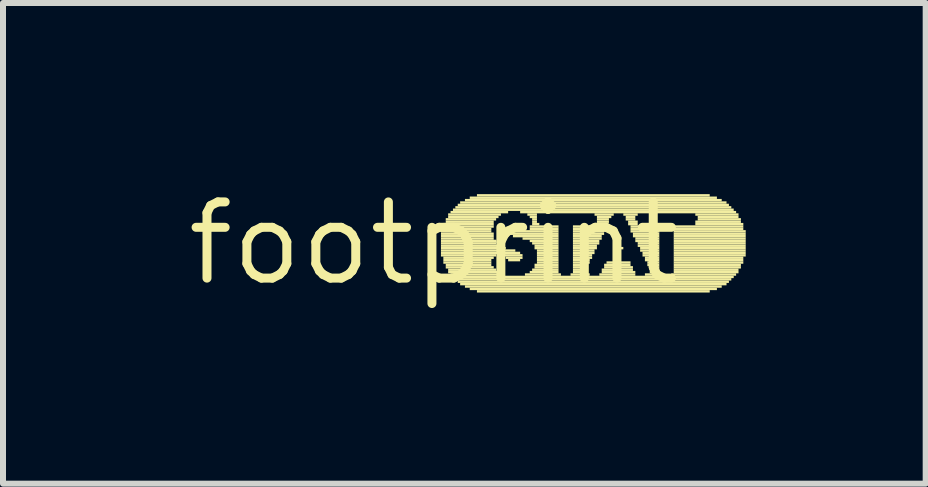
<source format=kicad_pcb>
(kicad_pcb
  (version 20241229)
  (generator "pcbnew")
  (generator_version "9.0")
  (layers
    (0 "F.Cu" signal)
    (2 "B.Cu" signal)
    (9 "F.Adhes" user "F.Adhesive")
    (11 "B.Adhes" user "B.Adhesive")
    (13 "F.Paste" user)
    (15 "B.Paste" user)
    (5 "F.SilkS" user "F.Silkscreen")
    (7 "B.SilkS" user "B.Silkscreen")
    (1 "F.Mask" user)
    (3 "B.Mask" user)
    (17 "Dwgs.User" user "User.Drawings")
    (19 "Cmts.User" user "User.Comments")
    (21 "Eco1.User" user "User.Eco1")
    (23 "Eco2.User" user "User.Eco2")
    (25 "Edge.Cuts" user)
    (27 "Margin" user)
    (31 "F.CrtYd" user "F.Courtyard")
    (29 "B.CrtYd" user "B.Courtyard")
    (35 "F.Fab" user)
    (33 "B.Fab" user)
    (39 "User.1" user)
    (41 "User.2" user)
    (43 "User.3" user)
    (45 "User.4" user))
  (footprint "footprint"
    (layer "F.Cu")
    (at 4.18 1.006)
    (property "Reference" "footprint" (at 0 0 0) (layer "F.SilkS") (effects (font (size 1.27 1.27) (thickness 0.15))))
    (fp_poly (pts (xy 0.12 -0.18) (xy 0.96 -0.18) (xy 0.96 -0.22) (xy 0.12 -0.22)) (stroke (width 0) (type solid)) (fill yes) (layer "F.SilkS"))
    (fp_poly (pts (xy 0.12 -0.14) (xy 1 -0.14) (xy 1 -0.18) (xy 0.12 -0.18)) (stroke (width 0) (type solid)) (fill yes) (layer "F.SilkS"))
    (fp_poly (pts (xy 0.12 -0.1) (xy 1 -0.1) (xy 1 -0.14) (xy 0.12 -0.14)) (stroke (width 0) (type solid)) (fill yes) (layer "F.SilkS"))
    (fp_poly (pts (xy 0.12 -0.06) (xy 1 -0.06) (xy 1 -0.1) (xy 0.12 -0.1)) (stroke (width 0) (type solid)) (fill yes) (layer "F.SilkS"))
    (fp_poly (pts (xy 0.12 -0.02) (xy 1.04 -0.02) (xy 1.04 -0.06) (xy 0.12 -0.06)) (stroke (width 0) (type solid)) (fill yes) (layer "F.SilkS"))
    (fp_poly (pts (xy 0.12 0.02) (xy 1.04 0.02) (xy 1.04 -0.02) (xy 0.12 -0.02)) (stroke (width 0) (type solid)) (fill yes) (layer "F.SilkS"))
    (fp_poly (pts (xy 0.12 0.06) (xy 1.12 0.06) (xy 1.12 0.02) (xy 0.12 0.02)) (stroke (width 0) (type solid)) (fill yes) (layer "F.SilkS"))
    (fp_poly (pts (xy 0.12 0.1) (xy 1.2 0.1) (xy 1.2 0.06) (xy 0.12 0.06)) (stroke (width 0) (type solid)) (fill yes) (layer "F.SilkS"))
    (fp_poly (pts (xy 0.12 0.14) (xy 1.36 0.14) (xy 1.36 0.1) (xy 0.12 0.1)) (stroke (width 0) (type solid)) (fill yes) (layer "F.SilkS"))
    (fp_poly (pts (xy 0.12 0.18) (xy 1.44 0.18) (xy 1.44 0.14) (xy 0.12 0.14)) (stroke (width 0) (type solid)) (fill yes) (layer "F.SilkS"))
    (fp_poly (pts (xy 0.12 0.22) (xy 1.04 0.22) (xy 1.04 0.18) (xy 0.12 0.18)) (stroke (width 0) (type solid)) (fill yes) (layer "F.SilkS"))
    (fp_poly (pts (xy 0.16 -0.3) (xy 1 -0.3) (xy 1 -0.34) (xy 0.16 -0.34)) (stroke (width 0) (type solid)) (fill yes) (layer "F.SilkS"))
    (fp_poly (pts (xy 0.16 -0.26) (xy 1 -0.26) (xy 1 -0.3) (xy 0.16 -0.3)) (stroke (width 0) (type solid)) (fill yes) (layer "F.SilkS"))
    (fp_poly (pts (xy 0.16 -0.22) (xy 0.96 -0.22) (xy 0.96 -0.26) (xy 0.16 -0.26)) (stroke (width 0) (type solid)) (fill yes) (layer "F.SilkS"))
    (fp_poly (pts (xy 0.16 0.26) (xy 1 0.26) (xy 1 0.22) (xy 0.16 0.22)) (stroke (width 0) (type solid)) (fill yes) (layer "F.SilkS"))
    (fp_poly (pts (xy 0.16 0.3) (xy 0.96 0.3) (xy 0.96 0.26) (xy 0.16 0.26)) (stroke (width 0) (type solid)) (fill yes) (layer "F.SilkS"))
    (fp_poly (pts (xy 0.16 0.34) (xy 0.96 0.34) (xy 0.96 0.3) (xy 0.16 0.3)) (stroke (width 0) (type solid)) (fill yes) (layer "F.SilkS"))
    (fp_poly (pts (xy 0.2 -0.38) (xy 1.04 -0.38) (xy 1.04 -0.42) (xy 0.2 -0.42)) (stroke (width 0) (type solid)) (fill yes) (layer "F.SilkS"))
    (fp_poly (pts (xy 0.2 -0.34) (xy 1 -0.34) (xy 1 -0.38) (xy 0.2 -0.38)) (stroke (width 0) (type solid)) (fill yes) (layer "F.SilkS"))
    (fp_poly (pts (xy 0.2 0.38) (xy 0.96 0.38) (xy 0.96 0.34) (xy 0.2 0.34)) (stroke (width 0) (type solid)) (fill yes) (layer "F.SilkS"))
    (fp_poly (pts (xy 0.2 0.42) (xy 1 0.42) (xy 1 0.38) (xy 0.2 0.38)) (stroke (width 0) (type solid)) (fill yes) (layer "F.SilkS"))
    (fp_poly (pts (xy 0.24 -0.46) (xy 1.12 -0.46) (xy 1.12 -0.5) (xy 0.24 -0.5)) (stroke (width 0) (type solid)) (fill yes) (layer "F.SilkS"))
    (fp_poly (pts (xy 0.24 -0.42) (xy 1.08 -0.42) (xy 1.08 -0.46) (xy 0.24 -0.46)) (stroke (width 0) (type solid)) (fill yes) (layer "F.SilkS"))
    (fp_poly (pts (xy 0.24 0.46) (xy 1.04 0.46) (xy 1.04 0.42) (xy 0.24 0.42)) (stroke (width 0) (type solid)) (fill yes) (layer "F.SilkS"))
    (fp_poly (pts (xy 0.24 0.5) (xy 1.08 0.5) (xy 1.08 0.46) (xy 0.24 0.46)) (stroke (width 0) (type solid)) (fill yes) (layer "F.SilkS"))
    (fp_poly (pts (xy 0.28 -0.5) (xy 1.24 -0.5) (xy 1.24 -0.54) (xy 0.28 -0.54)) (stroke (width 0) (type solid)) (fill yes) (layer "F.SilkS"))
    (fp_poly (pts (xy 0.28 0.54) (xy 1.16 0.54) (xy 1.16 0.5) (xy 0.28 0.5)) (stroke (width 0) (type solid)) (fill yes) (layer "F.SilkS"))
    (fp_poly (pts (xy 0.32 -0.54) (xy 5 -0.54) (xy 5 -0.58) (xy 0.32 -0.58)) (stroke (width 0) (type solid)) (fill yes) (layer "F.SilkS"))
    (fp_poly (pts (xy 0.32 0.58) (xy 5 0.58) (xy 5 0.54) (xy 0.32 0.54)) (stroke (width 0) (type solid)) (fill yes) (layer "F.SilkS"))
    (fp_poly (pts (xy 0.36 -0.58) (xy 4.96 -0.58) (xy 4.96 -0.62) (xy 0.36 -0.62)) (stroke (width 0) (type solid)) (fill yes) (layer "F.SilkS"))
    (fp_poly (pts (xy 0.36 0.62) (xy 4.96 0.62) (xy 4.96 0.58) (xy 0.36 0.58)) (stroke (width 0) (type solid)) (fill yes) (layer "F.SilkS"))
    (fp_poly (pts (xy 0.4 -0.62) (xy 4.92 -0.62) (xy 4.92 -0.66) (xy 0.4 -0.66)) (stroke (width 0) (type solid)) (fill yes) (layer "F.SilkS"))
    (fp_poly (pts (xy 0.4 0.66) (xy 4.92 0.66) (xy 4.92 0.62) (xy 0.4 0.62)) (stroke (width 0) (type solid)) (fill yes) (layer "F.SilkS"))
    (fp_poly (pts (xy 0.44 -0.66) (xy 4.88 -0.66) (xy 4.88 -0.7) (xy 0.44 -0.7)) (stroke (width 0) (type solid)) (fill yes) (layer "F.SilkS"))
    (fp_poly (pts (xy 0.44 0.7) (xy 4.88 0.7) (xy 4.88 0.66) (xy 0.44 0.66)) (stroke (width 0) (type solid)) (fill yes) (layer "F.SilkS"))
    (fp_poly (pts (xy 0.52 -0.7) (xy 4.8 -0.7) (xy 4.8 -0.74) (xy 0.52 -0.74)) (stroke (width 0) (type solid)) (fill yes) (layer "F.SilkS"))
    (fp_poly (pts (xy 0.52 0.74) (xy 4.8 0.74) (xy 4.8 0.7) (xy 0.52 0.7)) (stroke (width 0) (type solid)) (fill yes) (layer "F.SilkS"))
    (fp_poly (pts (xy 0.6 -0.74) (xy 4.72 -0.74) (xy 4.72 -0.78) (xy 0.6 -0.78)) (stroke (width 0) (type solid)) (fill yes) (layer "F.SilkS"))
    (fp_poly (pts (xy 0.6 0.78) (xy 4.72 0.78) (xy 4.72 0.74) (xy 0.6 0.74)) (stroke (width 0) (type solid)) (fill yes) (layer "F.SilkS"))
    (fp_poly (pts (xy 0.72 -0.78) (xy 4.6 -0.78) (xy 4.6 -0.82) (xy 0.72 -0.82)) (stroke (width 0) (type solid)) (fill yes) (layer "F.SilkS"))
    (fp_poly (pts (xy 0.72 0.82) (xy 4.6 0.82) (xy 4.6 0.78) (xy 0.72 0.78)) (stroke (width 0) (type solid)) (fill yes) (layer "F.SilkS"))
    (fp_poly (pts (xy 1.16 0.22) (xy 1.48 0.22) (xy 1.48 0.18) (xy 1.16 0.18)) (stroke (width 0) (type solid)) (fill yes) (layer "F.SilkS"))
    (fp_poly (pts (xy 1.2 0.26) (xy 1.48 0.26) (xy 1.48 0.22) (xy 1.2 0.22)) (stroke (width 0) (type solid)) (fill yes) (layer "F.SilkS"))
    (fp_poly (pts (xy 1.24 -0.22) (xy 1.48 -0.22) (xy 1.48 -0.26) (xy 1.24 -0.26)) (stroke (width 0) (type solid)) (fill yes) (layer "F.SilkS"))
    (fp_poly (pts (xy 1.24 -0.18) (xy 2.08 -0.18) (xy 2.08 -0.22) (xy 1.24 -0.22)) (stroke (width 0) (type solid)) (fill yes) (layer "F.SilkS"))
    (fp_poly (pts (xy 1.24 -0.14) (xy 2.08 -0.14) (xy 2.08 -0.18) (xy 1.24 -0.18)) (stroke (width 0) (type solid)) (fill yes) (layer "F.SilkS"))
    (fp_poly (pts (xy 1.24 0.3) (xy 1.44 0.3) (xy 1.44 0.26) (xy 1.24 0.26)) (stroke (width 0) (type solid)) (fill yes) (layer "F.SilkS"))
    (fp_poly (pts (xy 1.28 -0.26) (xy 1.4 -0.26) (xy 1.4 -0.3) (xy 1.28 -0.3)) (stroke (width 0) (type solid)) (fill yes) (layer "F.SilkS"))
    (fp_poly (pts (xy 1.32 -0.1) (xy 2.08 -0.1) (xy 2.08 -0.14) (xy 1.32 -0.14)) (stroke (width 0) (type solid)) (fill yes) (layer "F.SilkS"))
    (fp_poly (pts (xy 1.44 -0.5) (xy 5.04 -0.5) (xy 5.04 -0.54) (xy 1.44 -0.54)) (stroke (width 0) (type solid)) (fill yes) (layer "F.SilkS"))
    (fp_poly (pts (xy 1.48 -0.06) (xy 2.08 -0.06) (xy 2.08 -0.1) (xy 1.48 -0.1)) (stroke (width 0) (type solid)) (fill yes) (layer "F.SilkS"))
    (fp_poly (pts (xy 1.52 0.54) (xy 2.12 0.54) (xy 2.12 0.5) (xy 1.52 0.5)) (stroke (width 0) (type solid)) (fill yes) (layer "F.SilkS"))
    (fp_poly (pts (xy 1.56 -0.46) (xy 1.72 -0.46) (xy 1.72 -0.5) (xy 1.56 -0.5)) (stroke (width 0) (type solid)) (fill yes) (layer "F.SilkS"))
    (fp_poly (pts (xy 1.6 -0.42) (xy 1.72 -0.42) (xy 1.72 -0.46) (xy 1.6 -0.46)) (stroke (width 0) (type solid)) (fill yes) (layer "F.SilkS"))
    (fp_poly (pts (xy 1.6 -0.26) (xy 2.08 -0.26) (xy 2.08 -0.3) (xy 1.6 -0.3)) (stroke (width 0) (type solid)) (fill yes) (layer "F.SilkS"))
    (fp_poly (pts (xy 1.6 -0.22) (xy 2.08 -0.22) (xy 2.08 -0.26) (xy 1.6 -0.26)) (stroke (width 0) (type solid)) (fill yes) (layer "F.SilkS"))
    (fp_poly (pts (xy 1.6 -0.02) (xy 2.08 -0.02) (xy 2.08 -0.06) (xy 1.6 -0.06)) (stroke (width 0) (type solid)) (fill yes) (layer "F.SilkS"))
    (fp_poly (pts (xy 1.6 0.5) (xy 2.08 0.5) (xy 2.08 0.46) (xy 1.6 0.46)) (stroke (width 0) (type solid)) (fill yes) (layer "F.SilkS"))
    (fp_poly (pts (xy 1.64 -0.38) (xy 1.72 -0.38) (xy 1.72 -0.42) (xy 1.64 -0.42)) (stroke (width 0) (type solid)) (fill yes) (layer "F.SilkS"))
    (fp_poly (pts (xy 1.64 -0.34) (xy 1.72 -0.34) (xy 1.72 -0.38) (xy 1.64 -0.38)) (stroke (width 0) (type solid)) (fill yes) (layer "F.SilkS"))
    (fp_poly (pts (xy 1.64 -0.3) (xy 1.76 -0.3) (xy 1.76 -0.34) (xy 1.64 -0.34)) (stroke (width 0) (type solid)) (fill yes) (layer "F.SilkS"))
    (fp_poly (pts (xy 1.64 0.02) (xy 2.08 0.02) (xy 2.08 -0.02) (xy 1.64 -0.02)) (stroke (width 0) (type solid)) (fill yes) (layer "F.SilkS"))
    (fp_poly (pts (xy 1.64 0.46) (xy 2.08 0.46) (xy 2.08 0.42) (xy 1.64 0.42)) (stroke (width 0) (type solid)) (fill yes) (layer "F.SilkS"))
    (fp_poly (pts (xy 1.68 0.06) (xy 2.08 0.06) (xy 2.08 0.02) (xy 1.68 0.02)) (stroke (width 0) (type solid)) (fill yes) (layer "F.SilkS"))
    (fp_poly (pts (xy 1.68 0.1) (xy 2.08 0.1) (xy 2.08 0.06) (xy 1.68 0.06)) (stroke (width 0) (type solid)) (fill yes) (layer "F.SilkS"))
    (fp_poly (pts (xy 1.68 0.38) (xy 2.08 0.38) (xy 2.08 0.34) (xy 1.68 0.34)) (stroke (width 0) (type solid)) (fill yes) (layer "F.SilkS"))
    (fp_poly (pts (xy 1.68 0.42) (xy 2.08 0.42) (xy 2.08 0.38) (xy 1.68 0.38)) (stroke (width 0) (type solid)) (fill yes) (layer "F.SilkS"))
    (fp_poly (pts (xy 1.72 0.14) (xy 2.08 0.14) (xy 2.08 0.1) (xy 1.72 0.1)) (stroke (width 0) (type solid)) (fill yes) (layer "F.SilkS"))
    (fp_poly (pts (xy 1.72 0.18) (xy 2.08 0.18) (xy 2.08 0.14) (xy 1.72 0.14)) (stroke (width 0) (type solid)) (fill yes) (layer "F.SilkS"))
    (fp_poly (pts (xy 1.72 0.22) (xy 2.08 0.22) (xy 2.08 0.18) (xy 1.72 0.18)) (stroke (width 0) (type solid)) (fill yes) (layer "F.SilkS"))
    (fp_poly (pts (xy 1.72 0.26) (xy 2.08 0.26) (xy 2.08 0.22) (xy 1.72 0.22)) (stroke (width 0) (type solid)) (fill yes) (layer "F.SilkS"))
    (fp_poly (pts (xy 1.72 0.3) (xy 2.08 0.3) (xy 2.08 0.26) (xy 1.72 0.26)) (stroke (width 0) (type solid)) (fill yes) (layer "F.SilkS"))
    (fp_poly (pts (xy 1.72 0.34) (xy 2.08 0.34) (xy 2.08 0.3) (xy 1.72 0.3)) (stroke (width 0) (type solid)) (fill yes) (layer "F.SilkS"))
    (fp_poly (pts (xy 2.28 0.54) (xy 2.6 0.54) (xy 2.6 0.5) (xy 2.28 0.5)) (stroke (width 0) (type solid)) (fill yes) (layer "F.SilkS"))
    (fp_poly (pts (xy 2.32 -0.26) (xy 2.88 -0.26) (xy 2.88 -0.3) (xy 2.32 -0.3)) (stroke (width 0) (type solid)) (fill yes) (layer "F.SilkS"))
    (fp_poly (pts (xy 2.32 -0.22) (xy 2.88 -0.22) (xy 2.88 -0.26) (xy 2.32 -0.26)) (stroke (width 0) (type solid)) (fill yes) (layer "F.SilkS"))
    (fp_poly (pts (xy 2.32 -0.18) (xy 2.84 -0.18) (xy 2.84 -0.22) (xy 2.32 -0.22)) (stroke (width 0) (type solid)) (fill yes) (layer "F.SilkS"))
    (fp_poly (pts (xy 2.32 -0.14) (xy 2.84 -0.14) (xy 2.84 -0.18) (xy 2.32 -0.18)) (stroke (width 0) (type solid)) (fill yes) (layer "F.SilkS"))
    (fp_poly (pts (xy 2.32 -0.1) (xy 2.8 -0.1) (xy 2.8 -0.14) (xy 2.32 -0.14)) (stroke (width 0) (type solid)) (fill yes) (layer "F.SilkS"))
    (fp_poly (pts (xy 2.32 -0.06) (xy 2.8 -0.06) (xy 2.8 -0.1) (xy 2.32 -0.1)) (stroke (width 0) (type solid)) (fill yes) (layer "F.SilkS"))
    (fp_poly (pts (xy 2.32 -0.02) (xy 2.76 -0.02) (xy 2.76 -0.06) (xy 2.32 -0.06)) (stroke (width 0) (type solid)) (fill yes) (layer "F.SilkS"))
    (fp_poly (pts (xy 2.32 0.02) (xy 2.76 0.02) (xy 2.76 -0.02) (xy 2.32 -0.02)) (stroke (width 0) (type solid)) (fill yes) (layer "F.SilkS"))
    (fp_poly (pts (xy 2.32 0.06) (xy 2.72 0.06) (xy 2.72 0.02) (xy 2.32 0.02)) (stroke (width 0) (type solid)) (fill yes) (layer "F.SilkS"))
    (fp_poly (pts (xy 2.32 0.1) (xy 2.72 0.1) (xy 2.72 0.06) (xy 2.32 0.06)) (stroke (width 0) (type solid)) (fill yes) (layer "F.SilkS"))
    (fp_poly (pts (xy 2.32 0.14) (xy 2.68 0.14) (xy 2.68 0.1) (xy 2.32 0.1)) (stroke (width 0) (type solid)) (fill yes) (layer "F.SilkS"))
    (fp_poly (pts (xy 2.32 0.18) (xy 2.68 0.18) (xy 2.68 0.14) (xy 2.32 0.14)) (stroke (width 0) (type solid)) (fill yes) (layer "F.SilkS"))
    (fp_poly (pts (xy 2.32 0.22) (xy 2.64 0.22) (xy 2.64 0.18) (xy 2.32 0.18)) (stroke (width 0) (type solid)) (fill yes) (layer "F.SilkS"))
    (fp_poly (pts (xy 2.32 0.26) (xy 2.64 0.26) (xy 2.64 0.22) (xy 2.32 0.22)) (stroke (width 0) (type solid)) (fill yes) (layer "F.SilkS"))
    (fp_poly (pts (xy 2.32 0.3) (xy 2.6 0.3) (xy 2.6 0.26) (xy 2.32 0.26)) (stroke (width 0) (type solid)) (fill yes) (layer "F.SilkS"))
    (fp_poly (pts (xy 2.32 0.34) (xy 2.6 0.34) (xy 2.6 0.3) (xy 2.32 0.3)) (stroke (width 0) (type solid)) (fill yes) (layer "F.SilkS"))
    (fp_poly (pts (xy 2.32 0.38) (xy 2.56 0.38) (xy 2.56 0.34) (xy 2.32 0.34)) (stroke (width 0) (type solid)) (fill yes) (layer "F.SilkS"))
    (fp_poly (pts (xy 2.32 0.42) (xy 2.56 0.42) (xy 2.56 0.38) (xy 2.32 0.38)) (stroke (width 0) (type solid)) (fill yes) (layer "F.SilkS"))
    (fp_poly (pts (xy 2.32 0.46) (xy 2.56 0.46) (xy 2.56 0.42) (xy 2.32 0.42)) (stroke (width 0) (type solid)) (fill yes) (layer "F.SilkS"))
    (fp_poly (pts (xy 2.32 0.5) (xy 2.56 0.5) (xy 2.56 0.46) (xy 2.32 0.46)) (stroke (width 0) (type solid)) (fill yes) (layer "F.SilkS"))
    (fp_poly (pts (xy 2.68 -0.46) (xy 3 -0.46) (xy 3 -0.5) (xy 2.68 -0.5)) (stroke (width 0) (type solid)) (fill yes) (layer "F.SilkS"))
    (fp_poly (pts (xy 2.68 -0.3) (xy 2.88 -0.3) (xy 2.88 -0.34) (xy 2.68 -0.34)) (stroke (width 0) (type solid)) (fill yes) (layer "F.SilkS"))
    (fp_poly (pts (xy 2.72 -0.42) (xy 2.96 -0.42) (xy 2.96 -0.46) (xy 2.72 -0.46)) (stroke (width 0) (type solid)) (fill yes) (layer "F.SilkS"))
    (fp_poly (pts (xy 2.72 -0.38) (xy 2.92 -0.38) (xy 2.92 -0.42) (xy 2.72 -0.42)) (stroke (width 0) (type solid)) (fill yes) (layer "F.SilkS"))
    (fp_poly (pts (xy 2.72 -0.34) (xy 2.92 -0.34) (xy 2.92 -0.38) (xy 2.72 -0.38)) (stroke (width 0) (type solid)) (fill yes) (layer "F.SilkS"))
    (fp_poly (pts (xy 2.76 0.54) (xy 3.36 0.54) (xy 3.36 0.5) (xy 2.76 0.5)) (stroke (width 0) (type solid)) (fill yes) (layer "F.SilkS"))
    (fp_poly (pts (xy 2.8 0.46) (xy 3.32 0.46) (xy 3.32 0.42) (xy 2.8 0.42)) (stroke (width 0) (type solid)) (fill yes) (layer "F.SilkS"))
    (fp_poly (pts (xy 2.8 0.5) (xy 3.36 0.5) (xy 3.36 0.46) (xy 2.8 0.46)) (stroke (width 0) (type solid)) (fill yes) (layer "F.SilkS"))
    (fp_poly (pts (xy 2.84 0.38) (xy 3.28 0.38) (xy 3.28 0.34) (xy 2.84 0.34)) (stroke (width 0) (type solid)) (fill yes) (layer "F.SilkS"))
    (fp_poly (pts (xy 2.84 0.42) (xy 3.32 0.42) (xy 3.32 0.38) (xy 2.84 0.38)) (stroke (width 0) (type solid)) (fill yes) (layer "F.SilkS"))
    (fp_poly (pts (xy 2.88 0.34) (xy 3.28 0.34) (xy 3.28 0.3) (xy 2.88 0.3)) (stroke (width 0) (type solid)) (fill yes) (layer "F.SilkS"))
    (fp_poly (pts (xy 3 0.06) (xy 3.12 0.06) (xy 3.12 0.02) (xy 3 0.02)) (stroke (width 0) (type solid)) (fill yes) (layer "F.SilkS"))
    (fp_poly (pts (xy 3 0.1) (xy 3.16 0.1) (xy 3.16 0.06) (xy 3 0.06)) (stroke (width 0) (type solid)) (fill yes) (layer "F.SilkS"))
    (fp_poly (pts (xy 3.04 -0.02) (xy 3.12 -0.02) (xy 3.12 -0.06) (xy 3.04 -0.06)) (stroke (width 0) (type solid)) (fill yes) (layer "F.SilkS"))
    (fp_poly (pts (xy 3.04 0.02) (xy 3.12 0.02) (xy 3.12 -0.02) (xy 3.04 -0.02)) (stroke (width 0) (type solid)) (fill yes) (layer "F.SilkS"))
    (fp_poly (pts (xy 3.16 -0.46) (xy 3.4 -0.46) (xy 3.4 -0.5) (xy 3.16 -0.5)) (stroke (width 0) (type solid)) (fill yes) (layer "F.SilkS"))
    (fp_poly (pts (xy 3.2 -0.42) (xy 3.36 -0.42) (xy 3.36 -0.46) (xy 3.2 -0.46)) (stroke (width 0) (type solid)) (fill yes) (layer "F.SilkS"))
    (fp_poly (pts (xy 3.2 -0.38) (xy 3.36 -0.38) (xy 3.36 -0.42) (xy 3.2 -0.42)) (stroke (width 0) (type solid)) (fill yes) (layer "F.SilkS"))
    (fp_poly (pts (xy 3.24 -0.34) (xy 3.4 -0.34) (xy 3.4 -0.38) (xy 3.24 -0.38)) (stroke (width 0) (type solid)) (fill yes) (layer "F.SilkS"))
    (fp_poly (pts (xy 3.24 -0.3) (xy 3.4 -0.3) (xy 3.4 -0.34) (xy 3.24 -0.34)) (stroke (width 0) (type solid)) (fill yes) (layer "F.SilkS"))
    (fp_poly (pts (xy 3.28 -0.26) (xy 3.76 -0.26) (xy 3.76 -0.3) (xy 3.28 -0.3)) (stroke (width 0) (type solid)) (fill yes) (layer "F.SilkS"))
    (fp_poly (pts (xy 3.28 -0.22) (xy 3.76 -0.22) (xy 3.76 -0.26) (xy 3.28 -0.26)) (stroke (width 0) (type solid)) (fill yes) (layer "F.SilkS"))
    (fp_poly (pts (xy 3.28 -0.18) (xy 3.76 -0.18) (xy 3.76 -0.22) (xy 3.28 -0.22)) (stroke (width 0) (type solid)) (fill yes) (layer "F.SilkS"))
    (fp_poly (pts (xy 3.32 -0.14) (xy 3.76 -0.14) (xy 3.76 -0.18) (xy 3.32 -0.18)) (stroke (width 0) (type solid)) (fill yes) (layer "F.SilkS"))
    (fp_poly (pts (xy 3.32 -0.1) (xy 3.76 -0.1) (xy 3.76 -0.14) (xy 3.32 -0.14)) (stroke (width 0) (type solid)) (fill yes) (layer "F.SilkS"))
    (fp_poly (pts (xy 3.36 -0.06) (xy 3.76 -0.06) (xy 3.76 -0.1) (xy 3.36 -0.1)) (stroke (width 0) (type solid)) (fill yes) (layer "F.SilkS"))
    (fp_poly (pts (xy 3.36 -0.02) (xy 3.76 -0.02) (xy 3.76 -0.06) (xy 3.36 -0.06)) (stroke (width 0) (type solid)) (fill yes) (layer "F.SilkS"))
    (fp_poly (pts (xy 3.4 0.02) (xy 3.76 0.02) (xy 3.76 -0.02) (xy 3.4 -0.02)) (stroke (width 0) (type solid)) (fill yes) (layer "F.SilkS"))
    (fp_poly (pts (xy 3.4 0.06) (xy 3.76 0.06) (xy 3.76 0.02) (xy 3.4 0.02)) (stroke (width 0) (type solid)) (fill yes) (layer "F.SilkS"))
    (fp_poly (pts (xy 3.44 0.1) (xy 3.76 0.1) (xy 3.76 0.06) (xy 3.44 0.06)) (stroke (width 0) (type solid)) (fill yes) (layer "F.SilkS"))
    (fp_poly (pts (xy 3.44 0.14) (xy 3.76 0.14) (xy 3.76 0.1) (xy 3.44 0.1)) (stroke (width 0) (type solid)) (fill yes) (layer "F.SilkS"))
    (fp_poly (pts (xy 3.48 0.18) (xy 3.76 0.18) (xy 3.76 0.14) (xy 3.48 0.14)) (stroke (width 0) (type solid)) (fill yes) (layer "F.SilkS"))
    (fp_poly (pts (xy 3.48 0.22) (xy 3.76 0.22) (xy 3.76 0.18) (xy 3.48 0.18)) (stroke (width 0) (type solid)) (fill yes) (layer "F.SilkS"))
    (fp_poly (pts (xy 3.52 0.26) (xy 3.76 0.26) (xy 3.76 0.22) (xy 3.52 0.22)) (stroke (width 0) (type solid)) (fill yes) (layer "F.SilkS"))
    (fp_poly (pts (xy 3.52 0.3) (xy 3.76 0.3) (xy 3.76 0.26) (xy 3.52 0.26)) (stroke (width 0) (type solid)) (fill yes) (layer "F.SilkS"))
    (fp_poly (pts (xy 3.52 0.54) (xy 3.8 0.54) (xy 3.8 0.5) (xy 3.52 0.5)) (stroke (width 0) (type solid)) (fill yes) (layer "F.SilkS"))
    (fp_poly (pts (xy 3.56 0.34) (xy 3.76 0.34) (xy 3.76 0.3) (xy 3.56 0.3)) (stroke (width 0) (type solid)) (fill yes) (layer "F.SilkS"))
    (fp_poly (pts (xy 3.56 0.38) (xy 3.76 0.38) (xy 3.76 0.34) (xy 3.56 0.34)) (stroke (width 0) (type solid)) (fill yes) (layer "F.SilkS"))
    (fp_poly (pts (xy 3.6 0.42) (xy 3.76 0.42) (xy 3.76 0.38) (xy 3.6 0.38)) (stroke (width 0) (type solid)) (fill yes) (layer "F.SilkS"))
    (fp_poly (pts (xy 3.6 0.46) (xy 3.76 0.46) (xy 3.76 0.42) (xy 3.6 0.42)) (stroke (width 0) (type solid)) (fill yes) (layer "F.SilkS"))
    (fp_poly (pts (xy 3.6 0.5) (xy 3.76 0.5) (xy 3.76 0.46) (xy 3.6 0.46)) (stroke (width 0) (type solid)) (fill yes) (layer "F.SilkS"))
    (fp_poly (pts (xy 3.96 0.54) (xy 5.04 0.54) (xy 5.04 0.5) (xy 3.96 0.5)) (stroke (width 0) (type solid)) (fill yes) (layer "F.SilkS"))
    (fp_poly (pts (xy 4 -0.26) (xy 5.16 -0.26) (xy 5.16 -0.3) (xy 4 -0.3)) (stroke (width 0) (type solid)) (fill yes) (layer "F.SilkS"))
    (fp_poly (pts (xy 4 -0.22) (xy 5.16 -0.22) (xy 5.16 -0.26) (xy 4 -0.26)) (stroke (width 0) (type solid)) (fill yes) (layer "F.SilkS"))
    (fp_poly (pts (xy 4 -0.18) (xy 5.2 -0.18) (xy 5.2 -0.22) (xy 4 -0.22)) (stroke (width 0) (type solid)) (fill yes) (layer "F.SilkS"))
    (fp_poly (pts (xy 4 -0.14) (xy 5.2 -0.14) (xy 5.2 -0.18) (xy 4 -0.18)) (stroke (width 0) (type solid)) (fill yes) (layer "F.SilkS"))
    (fp_poly (pts (xy 4 -0.1) (xy 5.2 -0.1) (xy 5.2 -0.14) (xy 4 -0.14)) (stroke (width 0) (type solid)) (fill yes) (layer "F.SilkS"))
    (fp_poly (pts (xy 4 -0.06) (xy 5.2 -0.06) (xy 5.2 -0.1) (xy 4 -0.1)) (stroke (width 0) (type solid)) (fill yes) (layer "F.SilkS"))
    (fp_poly (pts (xy 4 -0.02) (xy 5.2 -0.02) (xy 5.2 -0.06) (xy 4 -0.06)) (stroke (width 0) (type solid)) (fill yes) (layer "F.SilkS"))
    (fp_poly (pts (xy 4 0.02) (xy 5.2 0.02) (xy 5.2 -0.02) (xy 4 -0.02)) (stroke (width 0) (type solid)) (fill yes) (layer "F.SilkS"))
    (fp_poly (pts (xy 4 0.06) (xy 5.2 0.06) (xy 5.2 0.02) (xy 4 0.02)) (stroke (width 0) (type solid)) (fill yes) (layer "F.SilkS"))
    (fp_poly (pts (xy 4 0.1) (xy 5.2 0.1) (xy 5.2 0.06) (xy 4 0.06)) (stroke (width 0) (type solid)) (fill yes) (layer "F.SilkS"))
    (fp_poly (pts (xy 4 0.14) (xy 5.2 0.14) (xy 5.2 0.1) (xy 4 0.1)) (stroke (width 0) (type solid)) (fill yes) (layer "F.SilkS"))
    (fp_poly (pts (xy 4 0.18) (xy 5.2 0.18) (xy 5.2 0.14) (xy 4 0.14)) (stroke (width 0) (type solid)) (fill yes) (layer "F.SilkS"))
    (fp_poly (pts (xy 4 0.22) (xy 5.2 0.22) (xy 5.2 0.18) (xy 4 0.18)) (stroke (width 0) (type solid)) (fill yes) (layer "F.SilkS"))
    (fp_poly (pts (xy 4 0.26) (xy 5.16 0.26) (xy 5.16 0.22) (xy 4 0.22)) (stroke (width 0) (type solid)) (fill yes) (layer "F.SilkS"))
    (fp_poly (pts (xy 4 0.3) (xy 5.16 0.3) (xy 5.16 0.26) (xy 4 0.26)) (stroke (width 0) (type solid)) (fill yes) (layer "F.SilkS"))
    (fp_poly (pts (xy 4 0.34) (xy 5.16 0.34) (xy 5.16 0.3) (xy 4 0.3)) (stroke (width 0) (type solid)) (fill yes) (layer "F.SilkS"))
    (fp_poly (pts (xy 4 0.38) (xy 5.12 0.38) (xy 5.12 0.34) (xy 4 0.34)) (stroke (width 0) (type solid)) (fill yes) (layer "F.SilkS"))
    (fp_poly (pts (xy 4 0.42) (xy 5.12 0.42) (xy 5.12 0.38) (xy 4 0.38)) (stroke (width 0) (type solid)) (fill yes) (layer "F.SilkS"))
    (fp_poly (pts (xy 4 0.46) (xy 5.08 0.46) (xy 5.08 0.42) (xy 4 0.42)) (stroke (width 0) (type solid)) (fill yes) (layer "F.SilkS"))
    (fp_poly (pts (xy 4 0.5) (xy 5.08 0.5) (xy 5.08 0.46) (xy 4 0.46)) (stroke (width 0) (type solid)) (fill yes) (layer "F.SilkS"))
    (fp_poly (pts (xy 4.36 -0.46) (xy 5.08 -0.46) (xy 5.08 -0.5) (xy 4.36 -0.5)) (stroke (width 0) (type solid)) (fill yes) (layer "F.SilkS"))
    (fp_poly (pts (xy 4.36 -0.34) (xy 5.12 -0.34) (xy 5.12 -0.38) (xy 4.36 -0.38)) (stroke (width 0) (type solid)) (fill yes) (layer "F.SilkS"))
    (fp_poly (pts (xy 4.36 -0.3) (xy 5.16 -0.3) (xy 5.16 -0.34) (xy 4.36 -0.34)) (stroke (width 0) (type solid)) (fill yes) (layer "F.SilkS"))
    (fp_poly (pts (xy 4.4 -0.42) (xy 5.08 -0.42) (xy 5.08 -0.46) (xy 4.4 -0.46)) (stroke (width 0) (type solid)) (fill yes) (layer "F.SilkS"))
    (fp_poly (pts (xy 4.4 -0.38) (xy 5.12 -0.38) (xy 5.12 -0.42) (xy 4.4 -0.42)) (stroke (width 0) (type solid)) (fill yes) (layer "F.SilkS")))
  (gr_rect
    (start -3 -3)
    (end 12.38 5.012)
    (stroke (width 0.1) (type default))
    (fill no)
    (layer "Edge.Cuts")))
</source>
